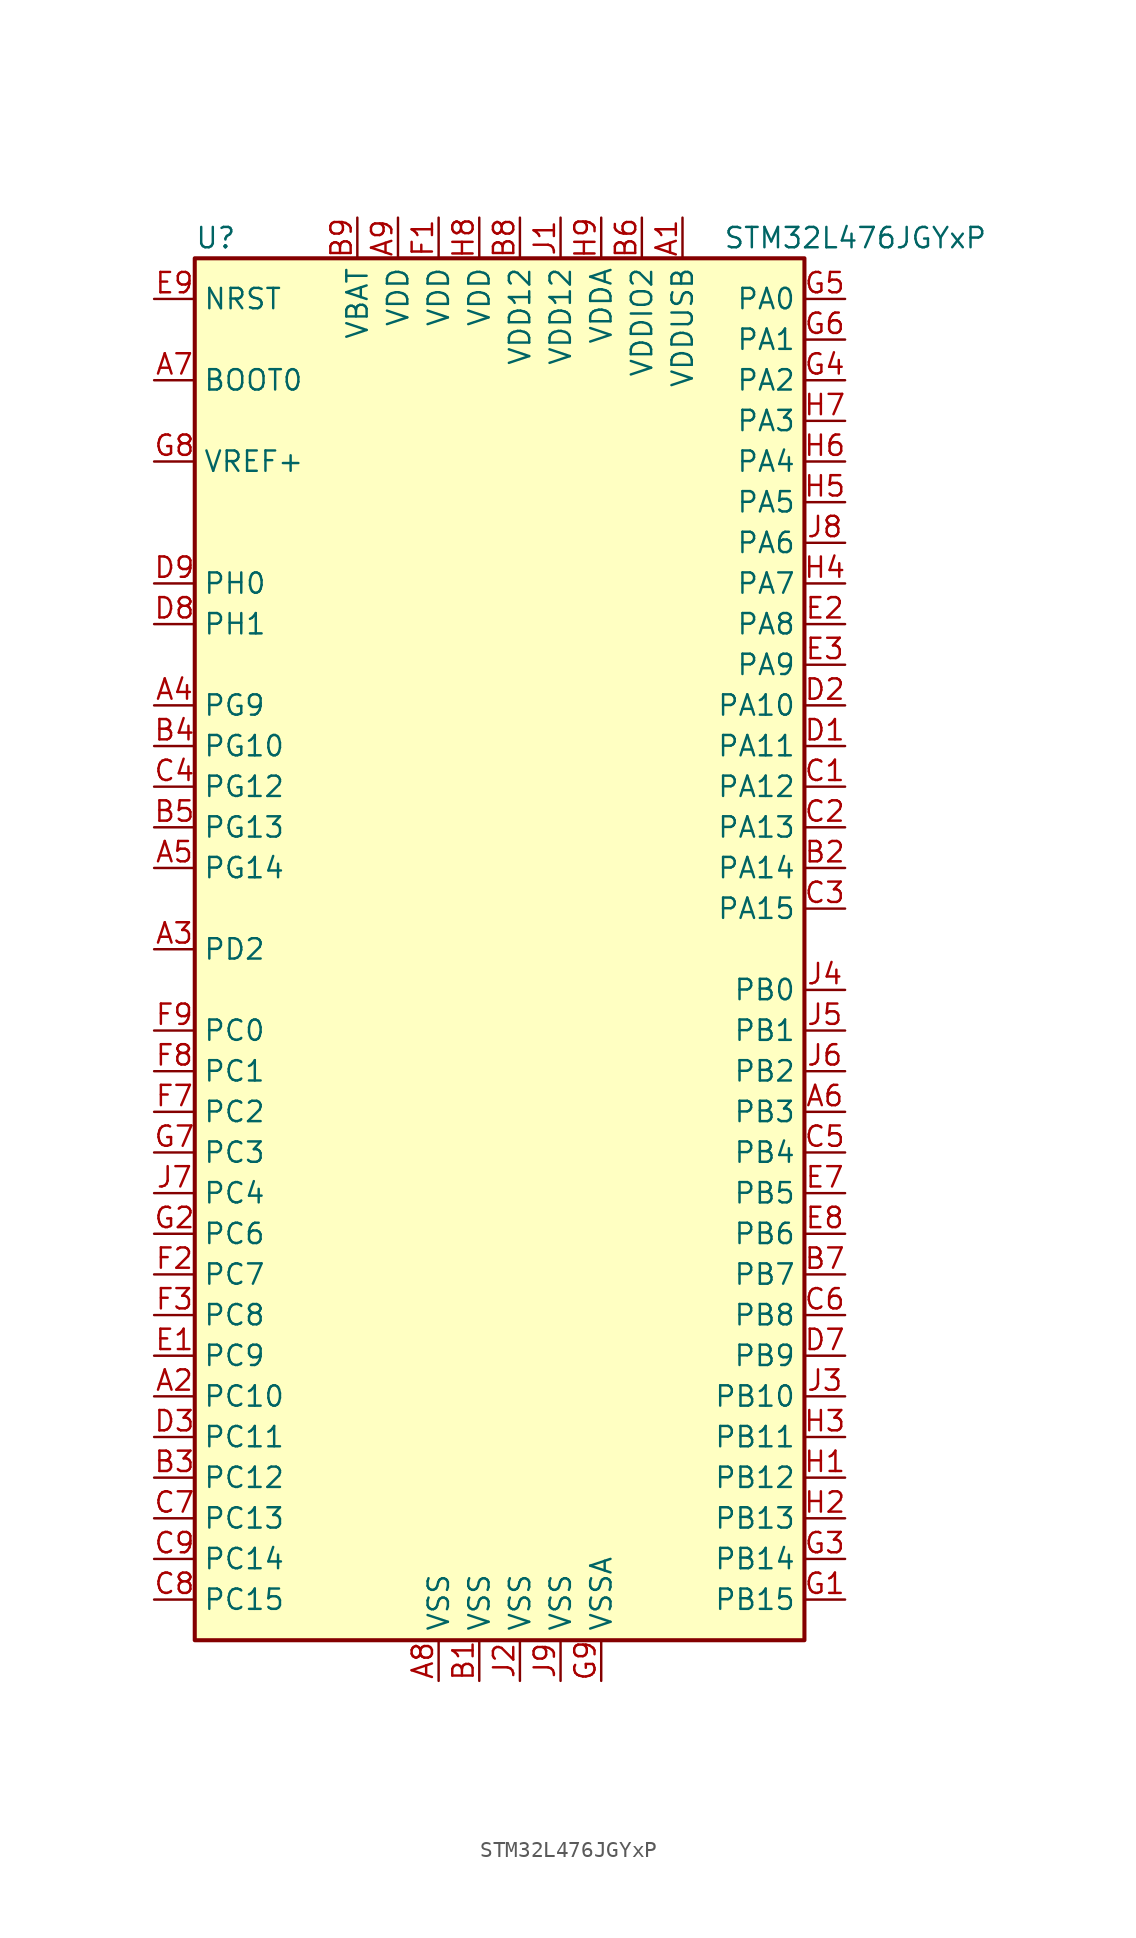
<source format=kicad_sym>
(kicad_symbol_lib
  (version 20201005)
  (generator kicad_symbol_editor)
  (symbol "STM32L476JGYxP"
    (property "Reference" "U"
      (at -20.32 44.45 0)
      (effects (font (size 1.27 1.27)) (justify left)))
    (property "Value" "STM32L476JGYxP"
      (at 12.7 44.45 0)
      (effects (font (size 1.27 1.27)) (justify left)))
    (symbol "STM32L476JGYxP_0_1"
      (rectangle (start -20.32 -43.18) (end 17.78 43.18) (stroke (width 0.254)) (fill (type background))))
    (symbol "STM32L476JGYxP_1_1"
      (pin power_in line (at 10.16 45.72 270) (length 2.54) (name "VDDUSB" (effects (font (size 1.27 1.27)))) (number "A1" (effects (font (size 1.27 1.27)))))
      (pin bidirectional line (at -22.86 -27.94 0) (length 2.54) (name "PC10" (effects (font (size 1.27 1.27)))) (number "A2" (effects (font (size 1.27 1.27)))))
      (pin bidirectional line (at -22.86 0 0) (length 2.54) (name "PD2" (effects (font (size 1.27 1.27)))) (number "A3" (effects (font (size 1.27 1.27)))))
      (pin bidirectional line (at -22.86 15.24 0) (length 2.54) (name "PG9" (effects (font (size 1.27 1.27)))) (number "A4" (effects (font (size 1.27 1.27)))))
      (pin bidirectional line (at -22.86 5.08 0) (length 2.54) (name "PG14" (effects (font (size 1.27 1.27)))) (number "A5" (effects (font (size 1.27 1.27)))))
      (pin bidirectional line (at 20.32 -10.16 180) (length 2.54) (name "PB3" (effects (font (size 1.27 1.27)))) (number "A6" (effects (font (size 1.27 1.27)))))
      (pin input line (at -22.86 35.56 0) (length 2.54) (name "BOOT0" (effects (font (size 1.27 1.27)))) (number "A7" (effects (font (size 1.27 1.27)))))
      (pin power_in line (at -5.08 -45.72 90) (length 2.54) (name "VSS" (effects (font (size 1.27 1.27)))) (number "A8" (effects (font (size 1.27 1.27)))))
      (pin power_in line (at -7.62 45.72 270) (length 2.54) (name "VDD" (effects (font (size 1.27 1.27)))) (number "A9" (effects (font (size 1.27 1.27)))))
      (pin power_in line (at -2.54 -45.72 90) (length 2.54) (name "VSS" (effects (font (size 1.27 1.27)))) (number "B1" (effects (font (size 1.27 1.27)))))
      (pin bidirectional line (at 20.32 5.08 180) (length 2.54) (name "PA14" (effects (font (size 1.27 1.27)))) (number "B2" (effects (font (size 1.27 1.27)))))
      (pin bidirectional line (at -22.86 -33.02 0) (length 2.54) (name "PC12" (effects (font (size 1.27 1.27)))) (number "B3" (effects (font (size 1.27 1.27)))))
      (pin bidirectional line (at -22.86 12.7 0) (length 2.54) (name "PG10" (effects (font (size 1.27 1.27)))) (number "B4" (effects (font (size 1.27 1.27)))))
      (pin bidirectional line (at -22.86 7.62 0) (length 2.54) (name "PG13" (effects (font (size 1.27 1.27)))) (number "B5" (effects (font (size 1.27 1.27)))))
      (pin power_in line (at 7.62 45.72 270) (length 2.54) (name "VDDIO2" (effects (font (size 1.27 1.27)))) (number "B6" (effects (font (size 1.27 1.27)))))
      (pin bidirectional line (at 20.32 -20.32 180) (length 2.54) (name "PB7" (effects (font (size 1.27 1.27)))) (number "B7" (effects (font (size 1.27 1.27)))))
      (pin power_in line (at 0 45.72 270) (length 2.54) (name "VDD12" (effects (font (size 1.27 1.27)))) (number "B8" (effects (font (size 1.27 1.27)))))
      (pin power_in line (at -10.16 45.72 270) (length 2.54) (name "VBAT" (effects (font (size 1.27 1.27)))) (number "B9" (effects (font (size 1.27 1.27)))))
      (pin bidirectional line (at 20.32 10.16 180) (length 2.54) (name "PA12" (effects (font (size 1.27 1.27)))) (number "C1" (effects (font (size 1.27 1.27)))))
      (pin bidirectional line (at 20.32 7.62 180) (length 2.54) (name "PA13" (effects (font (size 1.27 1.27)))) (number "C2" (effects (font (size 1.27 1.27)))))
      (pin bidirectional line (at 20.32 2.54 180) (length 2.54) (name "PA15" (effects (font (size 1.27 1.27)))) (number "C3" (effects (font (size 1.27 1.27)))))
      (pin bidirectional line (at -22.86 10.16 0) (length 2.54) (name "PG12" (effects (font (size 1.27 1.27)))) (number "C4" (effects (font (size 1.27 1.27)))))
      (pin bidirectional line (at 20.32 -12.7 180) (length 2.54) (name "PB4" (effects (font (size 1.27 1.27)))) (number "C5" (effects (font (size 1.27 1.27)))))
      (pin bidirectional line (at 20.32 -22.86 180) (length 2.54) (name "PB8" (effects (font (size 1.27 1.27)))) (number "C6" (effects (font (size 1.27 1.27)))))
      (pin bidirectional line (at -22.86 -35.56 0) (length 2.54) (name "PC13" (effects (font (size 1.27 1.27)))) (number "C7" (effects (font (size 1.27 1.27)))))
      (pin bidirectional line (at -22.86 -40.64 0) (length 2.54) (name "PC15" (effects (font (size 1.27 1.27)))) (number "C8" (effects (font (size 1.27 1.27)))))
      (pin bidirectional line (at -22.86 -38.1 0) (length 2.54) (name "PC14" (effects (font (size 1.27 1.27)))) (number "C9" (effects (font (size 1.27 1.27)))))
      (pin bidirectional line (at 20.32 12.7 180) (length 2.54) (name "PA11" (effects (font (size 1.27 1.27)))) (number "D1" (effects (font (size 1.27 1.27)))))
      (pin bidirectional line (at 20.32 15.24 180) (length 2.54) (name "PA10" (effects (font (size 1.27 1.27)))) (number "D2" (effects (font (size 1.27 1.27)))))
      (pin bidirectional line (at -22.86 -30.48 0) (length 2.54) (name "PC11" (effects (font (size 1.27 1.27)))) (number "D3" (effects (font (size 1.27 1.27)))))
      (pin bidirectional line (at 20.32 -25.4 180) (length 2.54) (name "PB9" (effects (font (size 1.27 1.27)))) (number "D7" (effects (font (size 1.27 1.27)))))
      (pin input line (at -22.86 20.32 0) (length 2.54) (name "PH1" (effects (font (size 1.27 1.27)))) (number "D8" (effects (font (size 1.27 1.27)))))
      (pin input line (at -22.86 22.86 0) (length 2.54) (name "PH0" (effects (font (size 1.27 1.27)))) (number "D9" (effects (font (size 1.27 1.27)))))
      (pin bidirectional line (at -22.86 -25.4 0) (length 2.54) (name "PC9" (effects (font (size 1.27 1.27)))) (number "E1" (effects (font (size 1.27 1.27)))))
      (pin bidirectional line (at 20.32 20.32 180) (length 2.54) (name "PA8" (effects (font (size 1.27 1.27)))) (number "E2" (effects (font (size 1.27 1.27)))))
      (pin bidirectional line (at 20.32 17.78 180) (length 2.54) (name "PA9" (effects (font (size 1.27 1.27)))) (number "E3" (effects (font (size 1.27 1.27)))))
      (pin bidirectional line (at 20.32 -15.24 180) (length 2.54) (name "PB5" (effects (font (size 1.27 1.27)))) (number "E7" (effects (font (size 1.27 1.27)))))
      (pin bidirectional line (at 20.32 -17.78 180) (length 2.54) (name "PB6" (effects (font (size 1.27 1.27)))) (number "E8" (effects (font (size 1.27 1.27)))))
      (pin input line (at -22.86 40.64 0) (length 2.54) (name "NRST" (effects (font (size 1.27 1.27)))) (number "E9" (effects (font (size 1.27 1.27)))))
      (pin power_in line (at -5.08 45.72 270) (length 2.54) (name "VDD" (effects (font (size 1.27 1.27)))) (number "F1" (effects (font (size 1.27 1.27)))))
      (pin bidirectional line (at -22.86 -20.32 0) (length 2.54) (name "PC7" (effects (font (size 1.27 1.27)))) (number "F2" (effects (font (size 1.27 1.27)))))
      (pin bidirectional line (at -22.86 -22.86 0) (length 2.54) (name "PC8" (effects (font (size 1.27 1.27)))) (number "F3" (effects (font (size 1.27 1.27)))))
      (pin bidirectional line (at -22.86 -10.16 0) (length 2.54) (name "PC2" (effects (font (size 1.27 1.27)))) (number "F7" (effects (font (size 1.27 1.27)))))
      (pin bidirectional line (at -22.86 -7.62 0) (length 2.54) (name "PC1" (effects (font (size 1.27 1.27)))) (number "F8" (effects (font (size 1.27 1.27)))))
      (pin bidirectional line (at -22.86 -5.08 0) (length 2.54) (name "PC0" (effects (font (size 1.27 1.27)))) (number "F9" (effects (font (size 1.27 1.27)))))
      (pin bidirectional line (at 20.32 -40.64 180) (length 2.54) (name "PB15" (effects (font (size 1.27 1.27)))) (number "G1" (effects (font (size 1.27 1.27)))))
      (pin bidirectional line (at -22.86 -17.78 0) (length 2.54) (name "PC6" (effects (font (size 1.27 1.27)))) (number "G2" (effects (font (size 1.27 1.27)))))
      (pin bidirectional line (at 20.32 -38.1 180) (length 2.54) (name "PB14" (effects (font (size 1.27 1.27)))) (number "G3" (effects (font (size 1.27 1.27)))))
      (pin bidirectional line (at 20.32 35.56 180) (length 2.54) (name "PA2" (effects (font (size 1.27 1.27)))) (number "G4" (effects (font (size 1.27 1.27)))))
      (pin bidirectional line (at 20.32 40.64 180) (length 2.54) (name "PA0" (effects (font (size 1.27 1.27)))) (number "G5" (effects (font (size 1.27 1.27)))))
      (pin bidirectional line (at 20.32 38.1 180) (length 2.54) (name "PA1" (effects (font (size 1.27 1.27)))) (number "G6" (effects (font (size 1.27 1.27)))))
      (pin bidirectional line (at -22.86 -12.7 0) (length 2.54) (name "PC3" (effects (font (size 1.27 1.27)))) (number "G7" (effects (font (size 1.27 1.27)))))
      (pin bidirectional line (at -22.86 30.48 0) (length 2.54) (name "VREF+" (effects (font (size 1.27 1.27)))) (number "G8" (effects (font (size 1.27 1.27)))))
      (pin power_in line (at 5.08 -45.72 90) (length 2.54) (name "VSSA" (effects (font (size 1.27 1.27)))) (number "G9" (effects (font (size 1.27 1.27)))))
      (pin bidirectional line (at 20.32 -33.02 180) (length 2.54) (name "PB12" (effects (font (size 1.27 1.27)))) (number "H1" (effects (font (size 1.27 1.27)))))
      (pin bidirectional line (at 20.32 -35.56 180) (length 2.54) (name "PB13" (effects (font (size 1.27 1.27)))) (number "H2" (effects (font (size 1.27 1.27)))))
      (pin bidirectional line (at 20.32 -30.48 180) (length 2.54) (name "PB11" (effects (font (size 1.27 1.27)))) (number "H3" (effects (font (size 1.27 1.27)))))
      (pin bidirectional line (at 20.32 22.86 180) (length 2.54) (name "PA7" (effects (font (size 1.27 1.27)))) (number "H4" (effects (font (size 1.27 1.27)))))
      (pin bidirectional line (at 20.32 27.94 180) (length 2.54) (name "PA5" (effects (font (size 1.27 1.27)))) (number "H5" (effects (font (size 1.27 1.27)))))
      (pin bidirectional line (at 20.32 30.48 180) (length 2.54) (name "PA4" (effects (font (size 1.27 1.27)))) (number "H6" (effects (font (size 1.27 1.27)))))
      (pin bidirectional line (at 20.32 33.02 180) (length 2.54) (name "PA3" (effects (font (size 1.27 1.27)))) (number "H7" (effects (font (size 1.27 1.27)))))
      (pin power_in line (at -2.54 45.72 270) (length 2.54) (name "VDD" (effects (font (size 1.27 1.27)))) (number "H8" (effects (font (size 1.27 1.27)))))
      (pin power_in line (at 5.08 45.72 270) (length 2.54) (name "VDDA" (effects (font (size 1.27 1.27)))) (number "H9" (effects (font (size 1.27 1.27)))))
      (pin power_in line (at 2.54 45.72 270) (length 2.54) (name "VDD12" (effects (font (size 1.27 1.27)))) (number "J1" (effects (font (size 1.27 1.27)))))
      (pin power_in line (at 0 -45.72 90) (length 2.54) (name "VSS" (effects (font (size 1.27 1.27)))) (number "J2" (effects (font (size 1.27 1.27)))))
      (pin bidirectional line (at 20.32 -27.94 180) (length 2.54) (name "PB10" (effects (font (size 1.27 1.27)))) (number "J3" (effects (font (size 1.27 1.27)))))
      (pin bidirectional line (at 20.32 -2.54 180) (length 2.54) (name "PB0" (effects (font (size 1.27 1.27)))) (number "J4" (effects (font (size 1.27 1.27)))))
      (pin bidirectional line (at 20.32 -5.08 180) (length 2.54) (name "PB1" (effects (font (size 1.27 1.27)))) (number "J5" (effects (font (size 1.27 1.27)))))
      (pin bidirectional line (at 20.32 -7.62 180) (length 2.54) (name "PB2" (effects (font (size 1.27 1.27)))) (number "J6" (effects (font (size 1.27 1.27)))))
      (pin bidirectional line (at -22.86 -15.24 0) (length 2.54) (name "PC4" (effects (font (size 1.27 1.27)))) (number "J7" (effects (font (size 1.27 1.27)))))
      (pin bidirectional line (at 20.32 25.4 180) (length 2.54) (name "PA6" (effects (font (size 1.27 1.27)))) (number "J8" (effects (font (size 1.27 1.27)))))
      (pin power_in line (at 2.54 -45.72 90) (length 2.54) (name "VSS" (effects (font (size 1.27 1.27)))) (number "J9" (effects (font (size 1.27 1.27))))))))
</source>
